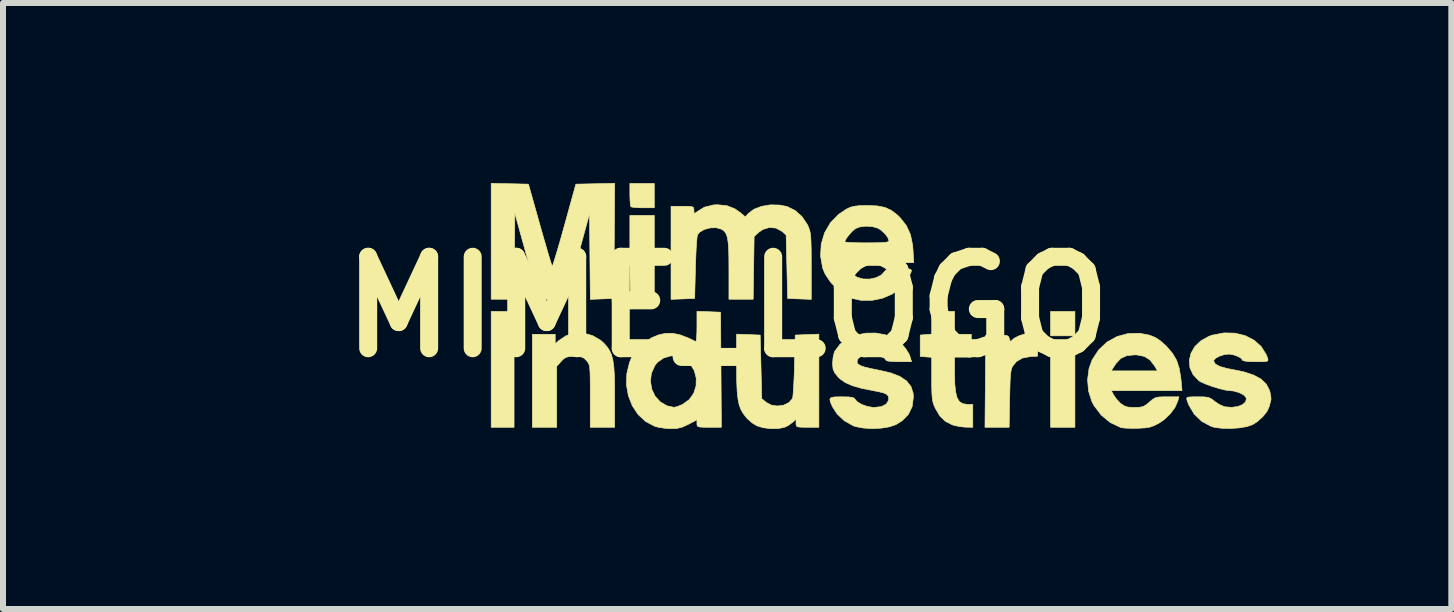
<source format=kicad_pcb>
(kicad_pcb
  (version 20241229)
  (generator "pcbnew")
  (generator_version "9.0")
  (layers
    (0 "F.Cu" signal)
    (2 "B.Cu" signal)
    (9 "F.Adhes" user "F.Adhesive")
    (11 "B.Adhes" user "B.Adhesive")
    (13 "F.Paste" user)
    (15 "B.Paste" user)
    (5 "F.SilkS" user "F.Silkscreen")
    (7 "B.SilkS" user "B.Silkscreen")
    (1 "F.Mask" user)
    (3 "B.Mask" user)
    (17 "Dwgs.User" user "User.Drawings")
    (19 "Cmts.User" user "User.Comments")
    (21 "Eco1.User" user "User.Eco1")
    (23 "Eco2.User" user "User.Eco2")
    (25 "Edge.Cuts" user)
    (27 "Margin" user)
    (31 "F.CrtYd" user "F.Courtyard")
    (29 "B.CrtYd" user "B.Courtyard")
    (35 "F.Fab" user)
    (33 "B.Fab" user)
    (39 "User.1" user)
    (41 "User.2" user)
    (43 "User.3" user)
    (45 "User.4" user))
  (footprint "MIME_LOGO"
    (layer "F.Cu")
    (at 9.073 2.064)
    (property "Reference" "MIME_LOGO" (at 0 0 0) (layer "F.SilkS") (effects (font (size 1.524 1.524) (thickness 0.3))))
    (attr through_hole)
    (fp_poly (pts (xy -5.885 -0.679) (xy -5.781 -0.611) (xy -5.723 -0.542) (xy -5.71 -0.52) (xy -5.701 -0.49) (xy -5.693 -0.448) (xy -5.686 -0.389) (xy -5.681 -0.306) (xy -5.678 -0.195) (xy -5.675 -0.051) (xy -5.672 0.132) (xy -5.67 0.36) (xy -5.669 0.424) (xy -5.662 1.321) (xy -4.318 1.321) (xy -4.318 2.007) (xy -9.068 2.007) (xy -9.068 1.321) (xy -7.722 1.321) (xy -7.722 0.443) (xy -7.721 0.199) (xy -7.721 -0.000192) (xy -7.718 -0.159) (xy -7.714 -0.284) (xy -7.707 -0.38) (xy -7.696 -0.452) (xy -7.682 -0.506) (xy -7.662 -0.547) (xy -7.637 -0.581) (xy -7.606 -0.613) (xy -7.587 -0.631) (xy -7.492 -0.687) (xy -7.381 -0.705) (xy -7.267 -0.688) (xy -7.164 -0.636) (xy -7.087 -0.554) (xy -7.074 -0.53) (xy -7.063 -0.502) (xy -7.054 -0.465) (xy -7.048 -0.415) (xy -7.043 -0.345) (xy -7.04 -0.25) (xy -7.038 -0.124) (xy -7.036 0.037) (xy -7.036 0.24) (xy -7.036 0.425) (xy -7.036 1.321) (xy -6.378 1.321) (xy -6.371 0.424) (xy -6.368 0.185) (xy -6.366 -0.009) (xy -6.363 -0.163) (xy -6.359 -0.281) (xy -6.355 -0.371) (xy -6.349 -0.435) (xy -6.341 -0.481) (xy -6.332 -0.513) (xy -6.32 -0.537) (xy -6.317 -0.542) (xy -6.228 -0.637) (xy -6.119 -0.692) (xy -6.001 -0.706) (xy -5.885 -0.679)) (stroke (width 0.01) (type solid)) (fill yes) (layer "F.Mask"))
    (fp_poly (pts (xy -6.043 -2.057) (xy -5.777 -2.057) (xy -5.551 -2.055) (xy -5.36 -2.052) (xy -5.201 -2.048) (xy -5.071 -2.041) (xy -4.965 -2.031) (xy -4.88 -2.019) (xy -4.812 -2.003) (xy -4.757 -1.983) (xy -4.712 -1.959) (xy -4.672 -1.93) (xy -4.635 -1.896) (xy -4.596 -1.857) (xy -4.559 -1.82) (xy -4.504 -1.764) (xy -4.458 -1.712) (xy -4.42 -1.66) (xy -4.39 -1.602) (xy -4.366 -1.534) (xy -4.349 -1.451) (xy -4.336 -1.346) (xy -4.327 -1.216) (xy -4.322 -1.056) (xy -4.319 -0.859) (xy -4.318 -0.622) (xy -4.318 -0.348) (xy -4.318 0.66) (xy -5.004 0.66) (xy -5.004 -0.218) (xy -5.004 -0.471) (xy -5.005 -0.679) (xy -5.008 -0.845) (xy -5.014 -0.977) (xy -5.023 -1.078) (xy -5.036 -1.154) (xy -5.054 -1.21) (xy -5.078 -1.251) (xy -5.107 -1.283) (xy -5.144 -1.31) (xy -5.167 -1.324) (xy -5.186 -1.334) (xy -5.209 -1.343) (xy -5.24 -1.35) (xy -5.285 -1.356) (xy -5.345 -1.36) (xy -5.427 -1.364) (xy -5.533 -1.367) (xy -5.669 -1.369) (xy -5.837 -1.37) (xy -6.043 -1.371) (xy -6.289 -1.371) (xy -6.582 -1.371) (xy -6.688 -1.372) (xy -7.006 -1.372) (xy -7.278 -1.371) (xy -7.507 -1.37) (xy -7.697 -1.369) (xy -7.852 -1.365) (xy -7.976 -1.36) (xy -8.073 -1.353) (xy -8.147 -1.343) (xy -8.202 -1.33) (xy -8.243 -1.314) (xy -8.272 -1.294) (xy -8.294 -1.271) (xy -8.314 -1.242) (xy -8.332 -1.212) (xy -8.345 -1.188) (xy -8.356 -1.159) (xy -8.364 -1.122) (xy -8.371 -1.069) (xy -8.375 -0.996) (xy -8.378 -0.897) (xy -8.38 -0.767) (xy -8.381 -0.601) (xy -8.382 -0.392) (xy -8.382 -0.235) (xy -8.382 0.66) (xy -9.068 0.66) (xy -9.068 -0.38) (xy -9.068 -0.638) (xy -9.067 -0.851) (xy -9.066 -1.023) (xy -9.064 -1.16) (xy -9.061 -1.267) (xy -9.057 -1.35) (xy -9.051 -1.414) (xy -9.044 -1.463) (xy -9.034 -1.504) (xy -9.022 -1.542) (xy -9.013 -1.567) (xy -8.93 -1.721) (xy -8.809 -1.857) (xy -8.661 -1.963) (xy -8.572 -2.005) (xy -8.543 -2.015) (xy -8.513 -2.024) (xy -8.478 -2.031) (xy -8.435 -2.038) (xy -8.379 -2.043) (xy -8.307 -2.047) (xy -8.214 -2.05) (xy -8.097 -2.053) (xy -7.952 -2.055) (xy -7.776 -2.056) (xy -7.563 -2.057) (xy -7.311 -2.057) (xy -7.016 -2.057) (xy -6.709 -2.057) (xy -6.353 -2.057) (xy -6.043 -2.057)) (stroke (width 0.01) (type solid)) (fill yes) (layer "F.Mask"))
    (fp_poly (pts (xy -3.556 2.007) (xy -3.937 2.007) (xy -3.937 0.076) (xy -3.556 0.076) (xy -3.556 2.007)) (stroke (width 0.01) (type solid)) (fill yes) (layer "F.SilkS"))
    (fp_poly (pts (xy 5.791 0.483) (xy 5.385 0.483) (xy 5.385 0.076) (xy 5.791 0.076) (xy 5.791 0.483)) (stroke (width 0.01) (type solid)) (fill yes) (layer "F.SilkS"))
    (fp_poly (pts (xy 5.791 2.007) (xy 5.385 2.007) (xy 5.385 0.61) (xy 5.791 0.61) (xy 5.791 2.007)) (stroke (width 0.01) (type solid)) (fill yes) (layer "F.SilkS"))
    (fp_poly (pts (xy -1.219 -1.651) (xy -1.405 -1.651) (xy -1.498 -1.653) (xy -1.57 -1.659) (xy -1.607 -1.667) (xy -1.609 -1.668) (xy -1.617 -1.7) (xy -1.623 -1.769) (xy -1.626 -1.86) (xy -1.626 -1.871) (xy -1.626 -2.057) (xy -1.219 -2.057) (xy -1.219 -1.651)) (stroke (width 0.01) (type solid)) (fill yes) (layer "F.SilkS"))
    (fp_poly (pts (xy -1.219 -0.127) (xy -1.405 -0.127) (xy -1.498 -0.129) (xy -1.57 -0.135) (xy -1.607 -0.143) (xy -1.609 -0.144) (xy -1.613 -0.173) (xy -1.617 -0.246) (xy -1.621 -0.356) (xy -1.623 -0.497) (xy -1.625 -0.661) (xy -1.626 -0.842) (xy -1.626 -1.524) (xy -1.219 -1.524) (xy -1.219 -0.127)) (stroke (width 0.01) (type solid)) (fill yes) (layer "F.SilkS"))
    (fp_poly (pts (xy 5.176 0.627) (xy 5.169 0.822) (xy 5.045 0.829) (xy 4.916 0.853) (xy 4.817 0.911) (xy 4.757 0.983) (xy 4.74 1.015) (xy 4.728 1.058) (xy 4.719 1.121) (xy 4.712 1.21) (xy 4.708 1.334) (xy 4.704 1.5) (xy 4.703 1.529) (xy 4.695 2.007) (xy 4.292 2.007) (xy 4.299 1.238) (xy 4.305 0.47) (xy 4.495 0.47) (xy 4.592 0.471) (xy 4.65 0.476) (xy 4.68 0.49) (xy 4.694 0.515) (xy 4.699 0.533) (xy 4.714 0.574) (xy 4.732 0.567) (xy 4.735 0.562) (xy 4.782 0.521) (xy 4.862 0.481) (xy 4.958 0.45) (xy 5.052 0.433) (xy 5.075 0.432) (xy 5.184 0.432) (xy 5.176 0.627)) (stroke (width 0.01) (type solid)) (fill yes) (layer "F.SilkS"))
    (fp_poly (pts (xy 3.785 0.457) (xy 4.064 0.457) (xy 4.064 0.838) (xy 3.785 0.838) (xy 3.785 1.099) (xy 3.789 1.28) (xy 3.803 1.417) (xy 3.827 1.514) (xy 3.865 1.578) (xy 3.919 1.613) (xy 3.991 1.625) (xy 4.005 1.626) (xy 4.089 1.626) (xy 4.089 2.007) (xy 3.969 2.005) (xy 3.869 1.995) (xy 3.77 1.974) (xy 3.748 1.966) (xy 3.631 1.907) (xy 3.541 1.819) (xy 3.465 1.692) (xy 3.464 1.689) (xy 3.44 1.633) (xy 3.423 1.579) (xy 3.413 1.515) (xy 3.407 1.43) (xy 3.404 1.314) (xy 3.404 1.202) (xy 3.404 0.841) (xy 3.213 0.826) (xy 3.213 0.47) (xy 3.308 0.462) (xy 3.404 0.454) (xy 3.404 0.076) (xy 3.785 0.076) (xy 3.785 0.457)) (stroke (width 0.01) (type solid)) (fill yes) (layer "F.SilkS"))
    (fp_poly (pts (xy -2.249 0.478) (xy -2.114 0.557) (xy -2.065 0.6) (xy -2.009 0.662) (xy -1.965 0.726) (xy -1.932 0.799) (xy -1.909 0.888) (xy -1.893 1.002) (xy -1.884 1.146) (xy -1.88 1.329) (xy -1.88 1.491) (xy -1.88 2.007) (xy -2.286 2.007) (xy -2.286 1.487) (xy -2.286 1.312) (xy -2.287 1.181) (xy -2.29 1.085) (xy -2.295 1.018) (xy -2.303 0.973) (xy -2.315 0.941) (xy -2.332 0.915) (xy -2.347 0.897) (xy -2.39 0.855) (xy -2.437 0.834) (xy -2.507 0.826) (xy -2.553 0.826) (xy -2.639 0.829) (xy -2.695 0.843) (xy -2.74 0.876) (xy -2.771 0.908) (xy -2.845 0.991) (xy -2.845 2.007) (xy -3.251 2.007) (xy -3.251 0.457) (xy -2.87 0.457) (xy -2.87 0.618) (xy -2.813 0.564) (xy -2.689 0.481) (xy -2.547 0.439) (xy -2.397 0.438) (xy -2.249 0.478)) (stroke (width 0.01) (type solid)) (fill yes) (layer "F.SilkS"))
    (fp_poly (pts (xy -3.626 -2.052) (xy -3.316 -2.045) (xy -3.125 -1.366) (xy -3.075 -1.189) (xy -3.028 -1.028) (xy -2.988 -0.89) (xy -2.955 -0.781) (xy -2.932 -0.708) (xy -2.921 -0.677) (xy -2.921 -0.676) (xy -2.911 -0.696) (xy -2.89 -0.76) (xy -2.859 -0.86) (xy -2.82 -0.991) (xy -2.775 -1.147) (xy -2.726 -1.322) (xy -2.717 -1.354) (xy -2.526 -2.045) (xy -2.202 -2.052) (xy -1.879 -2.059) (xy -1.886 -1.099) (xy -1.892 -0.14) (xy -2.285 -0.125) (xy -2.299 -1.548) (xy -2.461 -0.958) (xy -2.509 -0.785) (xy -2.554 -0.622) (xy -2.595 -0.477) (xy -2.628 -0.359) (xy -2.651 -0.276) (xy -2.659 -0.248) (xy -2.694 -0.127) (xy -3.147 -0.127) (xy -3.173 -0.222) (xy -3.187 -0.273) (xy -3.212 -0.364) (xy -3.247 -0.489) (xy -3.288 -0.639) (xy -3.334 -0.806) (xy -3.371 -0.94) (xy -3.543 -1.562) (xy -3.557 -0.127) (xy -3.937 -0.127) (xy -3.937 -2.059) (xy -3.626 -2.052)) (stroke (width 0.01) (type solid)) (fill yes) (layer "F.SilkS"))
    (fp_poly (pts (xy 1.524 2.007) (xy 1.333 2.007) (xy 1.237 2.006) (xy 1.18 2.001) (xy 1.152 1.989) (xy 1.144 1.965) (xy 1.143 1.939) (xy 1.143 1.871) (xy 1.086 1.924) (xy 1.018 1.974) (xy 0.957 2.005) (xy 0.854 2.027) (xy 0.727 2.03) (xy 0.599 2.015) (xy 0.494 1.984) (xy 0.412 1.934) (xy 0.332 1.864) (xy 0.309 1.838) (xy 0.26 1.773) (xy 0.222 1.705) (xy 0.194 1.627) (xy 0.175 1.53) (xy 0.162 1.408) (xy 0.155 1.253) (xy 0.153 1.057) (xy 0.152 0.972) (xy 0.152 0.455) (xy 0.349 0.462) (xy 0.546 0.47) (xy 0.572 1.529) (xy 0.643 1.59) (xy 0.73 1.637) (xy 0.832 1.652) (xy 0.936 1.638) (xy 1.024 1.596) (xy 1.083 1.529) (xy 1.084 1.529) (xy 1.091 1.491) (xy 1.098 1.411) (xy 1.105 1.297) (xy 1.112 1.158) (xy 1.117 1.002) (xy 1.117 0.978) (xy 1.13 0.47) (xy 1.327 0.462) (xy 1.524 0.455) (xy 1.524 2.007)) (stroke (width 0.01) (type solid)) (fill yes) (layer "F.SilkS"))
    (fp_poly (pts (xy -0.311 0.081) (xy -0.114 0.089) (xy -0.101 2.007) (xy -0.304 2.007) (xy -0.405 2.006) (xy -0.466 2.002) (xy -0.496 1.991) (xy -0.507 1.97) (xy -0.508 1.944) (xy -0.508 1.882) (xy -0.65 1.957) (xy -0.752 2.004) (xy -0.843 2.026) (xy -0.949 2.03) (xy -1.054 2.022) (xy -1.157 2.005) (xy -1.209 1.991) (xy -1.362 1.911) (xy -1.488 1.795) (xy -1.585 1.649) (xy -1.651 1.481) (xy -1.683 1.3) (xy -1.681 1.24) (xy -1.283 1.24) (xy -1.261 1.371) (xy -1.206 1.488) (xy -1.119 1.584) (xy -1.007 1.649) (xy -0.891 1.674) (xy -0.847 1.665) (xy -0.779 1.639) (xy -0.746 1.624) (xy -0.637 1.546) (xy -0.562 1.44) (xy -0.523 1.317) (xy -0.52 1.188) (xy -0.553 1.061) (xy -0.623 0.947) (xy -0.71 0.87) (xy -0.823 0.822) (xy -0.945 0.817) (xy -1.064 0.852) (xy -1.165 0.923) (xy -1.208 0.976) (xy -1.267 1.106) (xy -1.283 1.24) (xy -1.681 1.24) (xy -1.677 1.113) (xy -1.632 0.928) (xy -1.598 0.846) (xy -1.515 0.722) (xy -1.399 0.607) (xy -1.265 0.516) (xy -1.149 0.467) (xy -1.027 0.441) (xy -0.91 0.441) (xy -0.786 0.467) (xy -0.642 0.523) (xy -0.527 0.579) (xy -0.519 0.559) (xy -0.513 0.499) (xy -0.509 0.409) (xy -0.508 0.331) (xy -0.508 0.074) (xy -0.311 0.081)) (stroke (width 0.01) (type solid)) (fill yes) (layer "F.SilkS"))
    (fp_poly (pts (xy -0.008 -1.686) (xy 0.124 -1.634) (xy 0.219 -1.567) (xy 0.298 -1.5) (xy 0.346 -1.554) (xy 0.44 -1.626) (xy 0.568 -1.675) (xy 0.716 -1.7) (xy 0.869 -1.697) (xy 0.993 -1.673) (xy 1.125 -1.608) (xy 1.242 -1.505) (xy 1.331 -1.373) (xy 1.337 -1.361) (xy 1.356 -1.316) (xy 1.371 -1.273) (xy 1.382 -1.223) (xy 1.389 -1.159) (xy 1.393 -1.074) (xy 1.396 -0.958) (xy 1.397 -0.804) (xy 1.397 -0.678) (xy 1.397 -0.125) (xy 1.003 -0.14) (xy 0.991 -0.669) (xy 0.978 -1.198) (xy 0.907 -1.26) (xy 0.809 -1.313) (xy 0.699 -1.323) (xy 0.59 -1.29) (xy 0.527 -1.247) (xy 0.445 -1.173) (xy 0.437 -0.65) (xy 0.429 -0.127) (xy 0.025 -0.127) (xy 0.025 -0.624) (xy 0.024 -0.818) (xy 0.02 -0.969) (xy 0.011 -1.082) (xy -0.003 -1.164) (xy -0.024 -1.221) (xy -0.053 -1.261) (xy -0.092 -1.29) (xy -0.1 -1.295) (xy -0.187 -1.319) (xy -0.287 -1.316) (xy -0.385 -1.29) (xy -0.463 -1.245) (xy -0.498 -1.201) (xy -0.506 -1.163) (xy -0.513 -1.082) (xy -0.521 -0.967) (xy -0.527 -0.828) (xy -0.533 -0.671) (xy -0.533 -0.648) (xy -0.546 -0.14) (xy -0.94 -0.125) (xy -0.94 -1.676) (xy -0.749 -1.676) (xy -0.652 -1.676) (xy -0.596 -1.671) (xy -0.568 -1.659) (xy -0.56 -1.635) (xy -0.559 -1.609) (xy -0.556 -1.563) (xy -0.538 -1.561) (xy -0.514 -1.581) (xy -0.385 -1.661) (xy -0.229 -1.699) (xy -0.166 -1.702) (xy -0.008 -1.686)) (stroke (width 0.01) (type solid)) (fill yes) (layer "F.SilkS"))
    (fp_poly (pts (xy 7.035 0.472) (xy 7.128 0.509) (xy 7.214 0.565) (xy 7.31 0.651) (xy 7.315 0.656) (xy 7.416 0.772) (xy 7.486 0.891) (xy 7.531 1.029) (xy 7.558 1.2) (xy 7.56 1.225) (xy 7.576 1.397) (xy 6.399 1.397) (xy 6.437 1.47) (xy 6.483 1.536) (xy 6.545 1.602) (xy 6.554 1.61) (xy 6.611 1.65) (xy 6.673 1.67) (xy 6.76 1.676) (xy 6.784 1.676) (xy 6.874 1.673) (xy 6.935 1.658) (xy 6.99 1.624) (xy 7.032 1.587) (xy 7.085 1.542) (xy 7.131 1.516) (xy 7.185 1.503) (xy 7.264 1.499) (xy 7.327 1.499) (xy 7.524 1.499) (xy 7.506 1.568) (xy 7.46 1.674) (xy 7.379 1.783) (xy 7.275 1.881) (xy 7.19 1.939) (xy 7.112 1.979) (xy 7.041 2.004) (xy 6.959 2.017) (xy 6.846 2.023) (xy 6.834 2.024) (xy 6.726 2.024) (xy 6.631 2.021) (xy 6.564 2.013) (xy 6.553 2.01) (xy 6.379 1.927) (xy 6.229 1.803) (xy 6.109 1.645) (xy 6.073 1.576) (xy 6.018 1.403) (xy 6.002 1.215) (xy 6.021 1.067) (xy 6.396 1.067) (xy 7.167 1.067) (xy 7.121 0.987) (xy 7.043 0.885) (xy 6.947 0.825) (xy 6.823 0.801) (xy 6.782 0.8) (xy 6.655 0.813) (xy 6.558 0.857) (xy 6.478 0.94) (xy 6.448 0.984) (xy 6.396 1.067) (xy 6.021 1.067) (xy 6.026 1.029) (xy 6.078 0.884) (xy 6.187 0.717) (xy 6.327 0.586) (xy 6.492 0.495) (xy 6.675 0.445) (xy 6.869 0.44) (xy 7.035 0.472)) (stroke (width 0.01) (type solid)) (fill yes) (layer "F.SilkS"))
    (fp_poly (pts (xy 2.635 0.466) (xy 2.784 0.528) (xy 2.909 0.622) (xy 2.972 0.698) (xy 3.023 0.779) (xy 3.04 0.819) (xy 3.069 0.914) (xy 2.855 0.914) (xy 2.744 0.911) (xy 2.671 0.903) (xy 2.642 0.889) (xy 2.642 0.888) (xy 2.619 0.856) (xy 2.56 0.826) (xy 2.481 0.804) (xy 2.396 0.793) (xy 2.344 0.794) (xy 2.236 0.819) (xy 2.175 0.863) (xy 2.159 0.914) (xy 2.171 0.948) (xy 2.212 0.977) (xy 2.288 1.004) (xy 2.404 1.031) (xy 2.51 1.052) (xy 2.715 1.099) (xy 2.872 1.159) (xy 2.986 1.235) (xy 3.059 1.328) (xy 3.095 1.44) (xy 3.099 1.503) (xy 3.079 1.66) (xy 3.017 1.79) (xy 2.911 1.898) (xy 2.807 1.963) (xy 2.702 1.999) (xy 2.566 2.021) (xy 2.415 2.029) (xy 2.268 2.02) (xy 2.139 1.996) (xy 2.098 1.982) (xy 1.949 1.899) (xy 1.827 1.784) (xy 1.75 1.664) (xy 1.716 1.586) (xy 1.707 1.538) (xy 1.728 1.512) (xy 1.785 1.501) (xy 1.887 1.499) (xy 1.906 1.499) (xy 2.013 1.501) (xy 2.08 1.508) (xy 2.114 1.523) (xy 2.125 1.538) (xy 2.164 1.583) (xy 2.238 1.626) (xy 2.329 1.659) (xy 2.422 1.675) (xy 2.444 1.676) (xy 2.564 1.662) (xy 2.645 1.622) (xy 2.685 1.558) (xy 2.688 1.544) (xy 2.685 1.497) (xy 2.661 1.462) (xy 2.605 1.435) (xy 2.512 1.412) (xy 2.438 1.398) (xy 2.24 1.359) (xy 2.086 1.315) (xy 1.968 1.264) (xy 1.88 1.203) (xy 1.845 1.169) (xy 1.789 1.1) (xy 1.761 1.04) (xy 1.753 0.964) (xy 1.753 0.938) (xy 1.76 0.847) (xy 1.779 0.765) (xy 1.789 0.739) (xy 1.877 0.622) (xy 1.999 0.532) (xy 2.145 0.471) (xy 2.306 0.438) (xy 2.472 0.436) (xy 2.635 0.466)) (stroke (width 0.01) (type solid)) (fill yes) (layer "F.SilkS"))
    (fp_poly (pts (xy 2.499 -1.682) (xy 2.626 -1.657) (xy 2.732 -1.608) (xy 2.832 -1.531) (xy 2.88 -1.484) (xy 2.982 -1.354) (xy 3.05 -1.206) (xy 3.086 -1.03) (xy 3.093 -0.946) (xy 3.105 -0.737) (xy 2.53 -0.737) (xy 2.353 -0.736) (xy 2.201 -0.733) (xy 2.081 -0.728) (xy 1.998 -0.723) (xy 1.958 -0.716) (xy 1.956 -0.713) (xy 1.974 -0.672) (xy 2.019 -0.615) (xy 2.079 -0.555) (xy 2.14 -0.507) (xy 2.161 -0.494) (xy 2.259 -0.465) (xy 2.369 -0.463) (xy 2.477 -0.486) (xy 2.566 -0.531) (xy 2.618 -0.588) (xy 2.637 -0.611) (xy 2.672 -0.625) (xy 2.733 -0.633) (xy 2.832 -0.635) (xy 2.86 -0.635) (xy 2.965 -0.634) (xy 3.028 -0.631) (xy 3.058 -0.622) (xy 3.066 -0.605) (xy 3.06 -0.578) (xy 2.99 -0.433) (xy 2.882 -0.309) (xy 2.743 -0.212) (xy 2.581 -0.143) (xy 2.406 -0.108) (xy 2.224 -0.109) (xy 2.072 -0.142) (xy 1.949 -0.202) (xy 1.826 -0.298) (xy 1.715 -0.417) (xy 1.629 -0.546) (xy 1.587 -0.646) (xy 1.552 -0.85) (xy 1.563 -1.048) (xy 1.574 -1.084) (xy 1.956 -1.084) (xy 1.98 -1.078) (xy 2.045 -1.073) (xy 2.144 -1.069) (xy 2.267 -1.067) (xy 2.324 -1.067) (xy 2.473 -1.068) (xy 2.577 -1.071) (xy 2.644 -1.077) (xy 2.681 -1.086) (xy 2.692 -1.1) (xy 2.692 -1.101) (xy 2.673 -1.155) (xy 2.624 -1.22) (xy 2.559 -1.279) (xy 2.514 -1.309) (xy 2.42 -1.337) (xy 2.308 -1.345) (xy 2.201 -1.331) (xy 2.136 -1.306) (xy 2.085 -1.265) (xy 2.03 -1.205) (xy 1.983 -1.143) (xy 1.957 -1.094) (xy 1.956 -1.084) (xy 1.574 -1.084) (xy 1.619 -1.234) (xy 1.716 -1.401) (xy 1.852 -1.541) (xy 1.986 -1.631) (xy 2.049 -1.66) (xy 2.114 -1.677) (xy 2.197 -1.686) (xy 2.313 -1.689) (xy 2.337 -1.689) (xy 2.499 -1.682)) (stroke (width 0.01) (type solid)) (fill yes) (layer "F.SilkS"))
    (fp_poly (pts (xy 8.458 0.438) (xy 8.628 0.479) (xy 8.776 0.555) (xy 8.896 0.662) (xy 8.981 0.799) (xy 9.003 0.857) (xy 9.009 0.885) (xy 9.001 0.902) (xy 8.97 0.911) (xy 8.907 0.914) (xy 8.803 0.914) (xy 8.701 0.912) (xy 8.626 0.904) (xy 8.588 0.894) (xy 8.585 0.89) (xy 8.563 0.858) (xy 8.508 0.826) (xy 8.436 0.8) (xy 8.365 0.788) (xy 8.357 0.787) (xy 8.276 0.797) (xy 8.196 0.823) (xy 8.134 0.857) (xy 8.103 0.893) (xy 8.103 0.9) (xy 8.128 0.95) (xy 8.202 0.992) (xy 8.326 1.027) (xy 8.395 1.04) (xy 8.605 1.083) (xy 8.77 1.137) (xy 8.893 1.204) (xy 8.979 1.286) (xy 9.032 1.387) (xy 9.04 1.414) (xy 9.055 1.487) (xy 9.059 1.543) (xy 9.057 1.553) (xy 9.044 1.603) (xy 9.031 1.657) (xy 8.994 1.74) (xy 8.923 1.829) (xy 8.832 1.911) (xy 8.753 1.962) (xy 8.658 1.995) (xy 8.53 2.017) (xy 8.387 2.027) (xy 8.244 2.024) (xy 8.121 2.009) (xy 8.062 1.992) (xy 7.906 1.909) (xy 7.779 1.787) (xy 7.687 1.632) (xy 7.659 1.556) (xy 7.653 1.527) (xy 7.662 1.51) (xy 7.696 1.502) (xy 7.764 1.499) (xy 7.837 1.499) (xy 7.939 1.5) (xy 8.007 1.508) (xy 8.055 1.526) (xy 8.101 1.559) (xy 8.118 1.574) (xy 8.194 1.625) (xy 8.275 1.661) (xy 8.294 1.666) (xy 8.405 1.674) (xy 8.504 1.661) (xy 8.584 1.63) (xy 8.635 1.585) (xy 8.648 1.531) (xy 8.638 1.503) (xy 8.595 1.462) (xy 8.52 1.426) (xy 8.433 1.402) (xy 8.38 1.397) (xy 8.304 1.388) (xy 8.201 1.363) (xy 8.086 1.329) (xy 7.978 1.29) (xy 7.893 1.252) (xy 7.857 1.231) (xy 7.761 1.13) (xy 7.708 1.016) (xy 7.697 0.894) (xy 7.725 0.774) (xy 7.79 0.661) (xy 7.891 0.565) (xy 8.024 0.491) (xy 8.081 0.471) (xy 8.274 0.434) (xy 8.458 0.438)) (stroke (width 0.01) (type solid)) (fill yes) (layer "F.SilkS")))
  (gr_rect
    (start -3 -3)
    (end 21.137 7.099)
    (stroke (width 0.1) (type default))
    (fill no)
    (layer "Edge.Cuts")))
</source>
